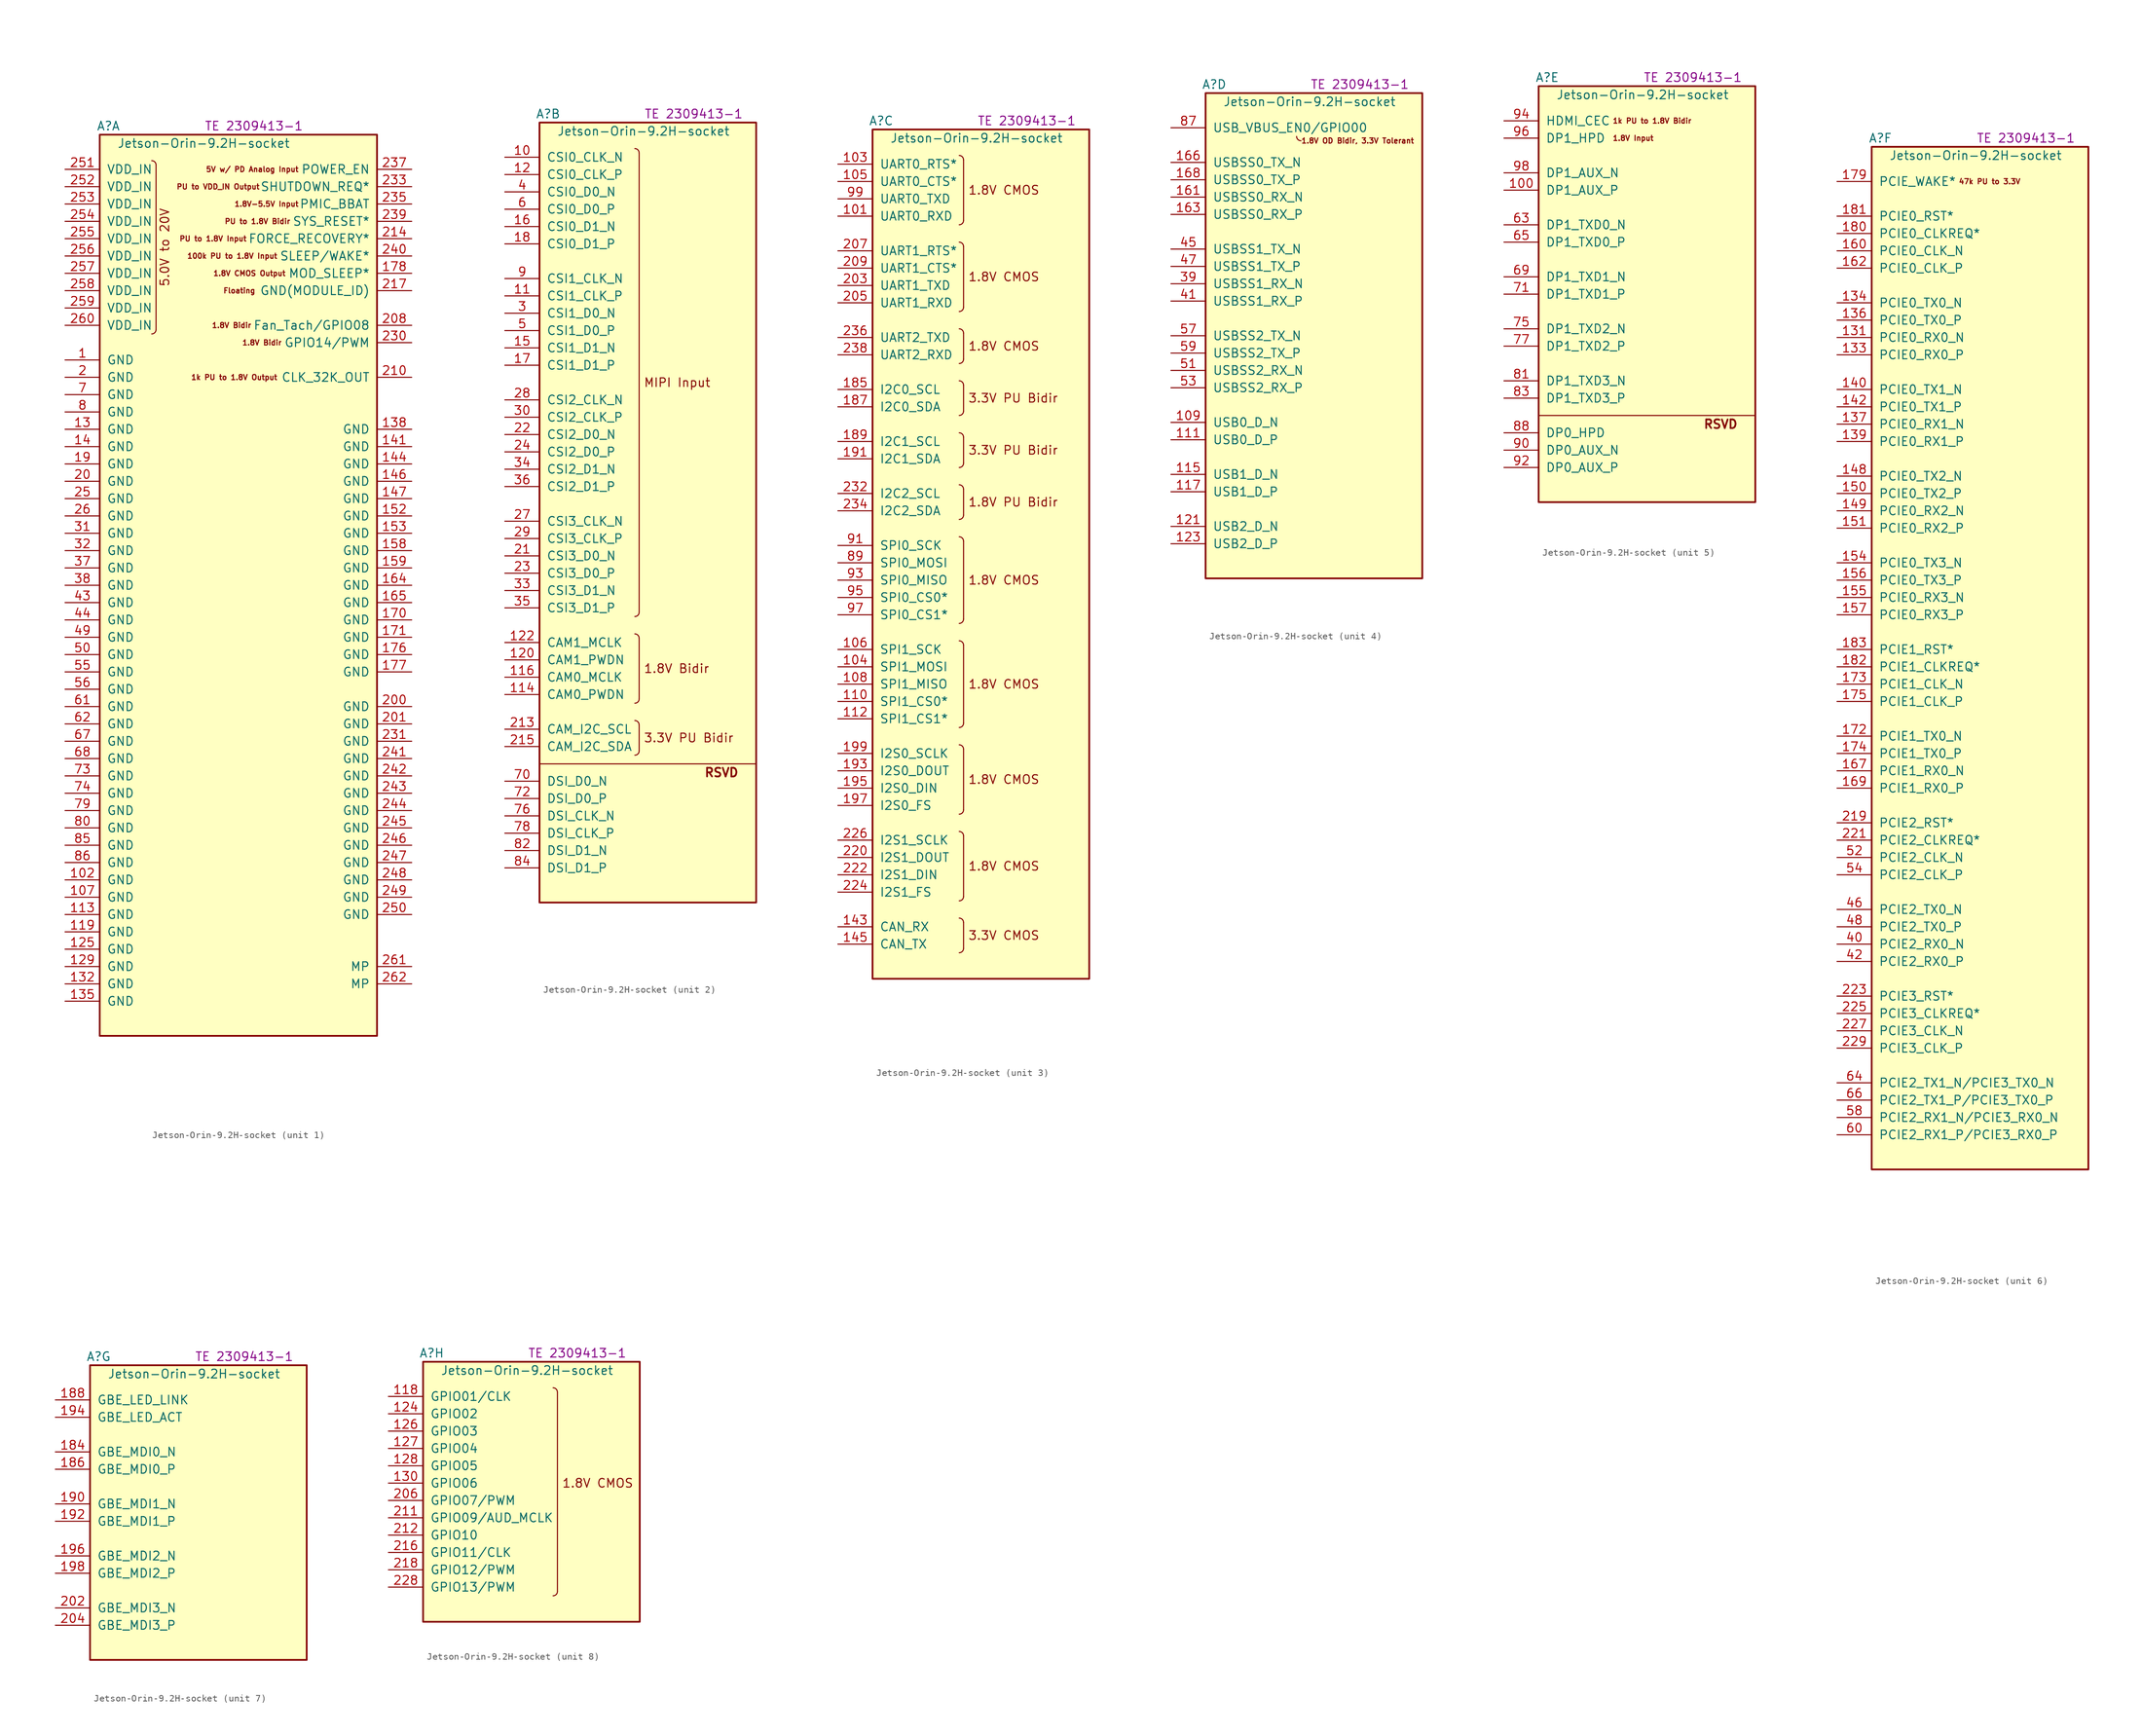
<source format=kicad_sym>
(kicad_symbol_lib
  (version 20220914)
  (generator kicad_symbol_editor)
  (symbol "Jetson-Orin-9.2H-socket"
    (pin_names
      (offset 1.016))
    (property "Reference" "A"
      (at 1.27 1.27 0)
      (effects (font (size 1.27 1.27))))
    (property "Value" "Jetson-Orin-9.2H-socket"
      (at 15.24 -1.27 0)
      (effects (font (size 1.27 1.27))))
    (property "Manufacturer" "TE"
      (at 16.51 1.27 0)
      (effects (font (size 1.27 1.27))))
    (property "MPN" "2309413-1"
      (at 24.13 1.27 0)
      (effects (font (size 1.27 1.27))))
    (property "ki_locked" ""
      (at 0 0 0)
      (effects (font (size 1.27 1.27))))
    (symbol "Jetson-Orin-9.2H-socket_1_1"
      (rectangle (start 0 -132.08) (end 40.64 0) (stroke (width 0.254) (type default)) (fill (type background)))
      (polyline (pts (xy 8.255 -4.445) (xy 8.255 -28.575)) (stroke (width 0) (type default)) (fill (type none)))
      (arc (start 7.62 -29.21) (mid 8.069 -29.024) (end 8.255 -28.575) (stroke (width 0) (type default)) (fill (type none)))
      (arc (start 8.255 -4.445) (mid 8.069 -3.996) (end 7.62 -3.81) (stroke (width 0) (type default)) (fill (type none)))
      (text "1.8V Bidir " (at 22.86 -27.94 0) (effects (font (size 0.762 0.762)) (justify right)))
      (text "1.8V Bidir " (at 27.305 -30.48 0) (effects (font (size 0.762 0.762)) (justify right)))
      (text "1.8V CMOS Output" (at 27.305 -20.32 0) (effects (font (size 0.762 0.762)) (justify right)))
      (text "1.8V-5.5V Input" (at 29.21 -10.16 0) (effects (font (size 0.762 0.762)) (justify right)))
      (text "100k PU to 1.8V Input " (at 26.67 -17.78 0) (effects (font (size 0.762 0.762)) (justify right)))
      (text "1k PU to 1.8V Output " (at 26.67 -35.56 0) (effects (font (size 0.762 0.762)) (justify right)))
      (text "5.0V to 20V" (at 9.525 -16.51 900) (effects (font (size 1.27 1.27))))
      (text "5V w/ PD Analog Input" (at 29.21 -5.08 0) (effects (font (size 0.762 0.762)) (justify right)))
      (text "Floating" (at 22.86 -22.86 0) (effects (font (size 0.762 0.762)) (justify right)))
      (text "PU to 1.8V Bidir " (at 28.575 -12.7 0) (effects (font (size 0.762 0.762)) (justify right)))
      (text "PU to 1.8V Input" (at 21.59 -15.24 0) (effects (font (size 0.762 0.762)) (justify right)))
      (text "PU to VDD_IN Output" (at 23.495 -7.62 0) (effects (font (size 0.762 0.762)) (justify right)))
      (pin passive line (at -5.08 -33.02 0) (length 5.08) (name "GND" (effects (font (size 1.27 1.27)))) (number "1" (effects (font (size 1.27 1.27)))))
      (pin passive line (at -5.08 -109.22 0) (length 5.08) (name "GND" (effects (font (size 1.27 1.27)))) (number "102" (effects (font (size 1.27 1.27)))))
      (pin passive line (at -5.08 -111.76 0) (length 5.08) (name "GND" (effects (font (size 1.27 1.27)))) (number "107" (effects (font (size 1.27 1.27)))))
      (pin passive line (at -5.08 -114.3 0) (length 5.08) (name "GND" (effects (font (size 1.27 1.27)))) (number "113" (effects (font (size 1.27 1.27)))))
      (pin passive line (at -5.08 -116.84 0) (length 5.08) (name "GND" (effects (font (size 1.27 1.27)))) (number "119" (effects (font (size 1.27 1.27)))))
      (pin passive line (at -5.08 -119.38 0) (length 5.08) (name "GND" (effects (font (size 1.27 1.27)))) (number "125" (effects (font (size 1.27 1.27)))))
      (pin passive line (at -5.08 -121.92 0) (length 5.08) (name "GND" (effects (font (size 1.27 1.27)))) (number "129" (effects (font (size 1.27 1.27)))))
      (pin passive line (at -5.08 -43.18 0) (length 5.08) (name "GND" (effects (font (size 1.27 1.27)))) (number "13" (effects (font (size 1.27 1.27)))))
      (pin passive line (at -5.08 -124.46 0) (length 5.08) (name "GND" (effects (font (size 1.27 1.27)))) (number "132" (effects (font (size 1.27 1.27)))))
      (pin passive line (at -5.08 -127 0) (length 5.08) (name "GND" (effects (font (size 1.27 1.27)))) (number "135" (effects (font (size 1.27 1.27)))))
      (pin passive line (at 45.72 -43.18 180) (length 5.08) (name "GND" (effects (font (size 1.27 1.27)))) (number "138" (effects (font (size 1.27 1.27)))))
      (pin passive line (at -5.08 -45.72 0) (length 5.08) (name "GND" (effects (font (size 1.27 1.27)))) (number "14" (effects (font (size 1.27 1.27)))))
      (pin passive line (at 45.72 -45.72 180) (length 5.08) (name "GND" (effects (font (size 1.27 1.27)))) (number "141" (effects (font (size 1.27 1.27)))))
      (pin passive line (at 45.72 -48.26 180) (length 5.08) (name "GND" (effects (font (size 1.27 1.27)))) (number "144" (effects (font (size 1.27 1.27)))))
      (pin passive line (at 45.72 -50.8 180) (length 5.08) (name "GND" (effects (font (size 1.27 1.27)))) (number "146" (effects (font (size 1.27 1.27)))))
      (pin passive line (at 45.72 -53.34 180) (length 5.08) (name "GND" (effects (font (size 1.27 1.27)))) (number "147" (effects (font (size 1.27 1.27)))))
      (pin passive line (at 45.72 -55.88 180) (length 5.08) (name "GND" (effects (font (size 1.27 1.27)))) (number "152" (effects (font (size 1.27 1.27)))))
      (pin passive line (at 45.72 -58.42 180) (length 5.08) (name "GND" (effects (font (size 1.27 1.27)))) (number "153" (effects (font (size 1.27 1.27)))))
      (pin passive line (at 45.72 -60.96 180) (length 5.08) (name "GND" (effects (font (size 1.27 1.27)))) (number "158" (effects (font (size 1.27 1.27)))))
      (pin passive line (at 45.72 -63.5 180) (length 5.08) (name "GND" (effects (font (size 1.27 1.27)))) (number "159" (effects (font (size 1.27 1.27)))))
      (pin passive line (at 45.72 -66.04 180) (length 5.08) (name "GND" (effects (font (size 1.27 1.27)))) (number "164" (effects (font (size 1.27 1.27)))))
      (pin passive line (at 45.72 -68.58 180) (length 5.08) (name "GND" (effects (font (size 1.27 1.27)))) (number "165" (effects (font (size 1.27 1.27)))))
      (pin passive line (at 45.72 -71.12 180) (length 5.08) (name "GND" (effects (font (size 1.27 1.27)))) (number "170" (effects (font (size 1.27 1.27)))))
      (pin passive line (at 45.72 -73.66 180) (length 5.08) (name "GND" (effects (font (size 1.27 1.27)))) (number "171" (effects (font (size 1.27 1.27)))))
      (pin passive line (at 45.72 -76.2 180) (length 5.08) (name "GND" (effects (font (size 1.27 1.27)))) (number "176" (effects (font (size 1.27 1.27)))))
      (pin passive line (at 45.72 -78.74 180) (length 5.08) (name "GND" (effects (font (size 1.27 1.27)))) (number "177" (effects (font (size 1.27 1.27)))))
      (pin passive line (at 45.72 -20.32 180) (length 5.08) (name "MOD_SLEEP*" (effects (font (size 1.27 1.27)))) (number "178" (effects (font (size 1.27 1.27)))))
      (pin passive line (at -5.08 -48.26 0) (length 5.08) (name "GND" (effects (font (size 1.27 1.27)))) (number "19" (effects (font (size 1.27 1.27)))))
      (pin passive line (at -5.08 -35.56 0) (length 5.08) (name "GND" (effects (font (size 1.27 1.27)))) (number "2" (effects (font (size 1.27 1.27)))))
      (pin passive line (at -5.08 -50.8 0) (length 5.08) (name "GND" (effects (font (size 1.27 1.27)))) (number "20" (effects (font (size 1.27 1.27)))))
      (pin passive line (at 45.72 -83.82 180) (length 5.08) (name "GND" (effects (font (size 1.27 1.27)))) (number "200" (effects (font (size 1.27 1.27)))))
      (pin passive line (at 45.72 -86.36 180) (length 5.08) (name "GND" (effects (font (size 1.27 1.27)))) (number "201" (effects (font (size 1.27 1.27)))))
      (pin passive line (at 45.72 -27.94 180) (length 5.08) (name "Fan_Tach/GPIO08" (effects (font (size 1.27 1.27)))) (number "208" (effects (font (size 1.27 1.27)))) (alternate "GPIO08" passive line) (alternate "GPIO08(Fan_Tach)" passive line))
      (pin passive line (at 45.72 -35.56 180) (length 5.08) (name "CLK_32K_OUT" (effects (font (size 1.27 1.27)))) (number "210" (effects (font (size 1.27 1.27)))))
      (pin passive line (at 45.72 -15.24 180) (length 5.08) (name "FORCE_RECOVERY*" (effects (font (size 1.27 1.27)))) (number "214" (effects (font (size 1.27 1.27)))))
      (pin passive line (at 45.72 -22.86 180) (length 5.08) (name "GND(MODULE_ID)" (effects (font (size 1.27 1.27)))) (number "217" (effects (font (size 1.27 1.27)))))
      (pin passive line (at 45.72 -30.48 180) (length 5.08) (name "GPIO14/PWM" (effects (font (size 1.27 1.27)))) (number "230" (effects (font (size 1.27 1.27)))) (alternate "GPIO14" passive line) (alternate "GPIO14(PWM)" passive line))
      (pin passive line (at 45.72 -88.9 180) (length 5.08) (name "GND" (effects (font (size 1.27 1.27)))) (number "231" (effects (font (size 1.27 1.27)))))
      (pin passive line (at 45.72 -7.62 180) (length 5.08) (name "SHUTDOWN_REQ*" (effects (font (size 1.27 1.27)))) (number "233" (effects (font (size 1.27 1.27)))))
      (pin passive line (at 45.72 -10.16 180) (length 5.08) (name "PMIC_BBAT" (effects (font (size 1.27 1.27)))) (number "235" (effects (font (size 1.27 1.27)))))
      (pin passive line (at 45.72 -5.08 180) (length 5.08) (name "POWER_EN" (effects (font (size 1.27 1.27)))) (number "237" (effects (font (size 1.27 1.27)))))
      (pin passive line (at 45.72 -12.7 180) (length 5.08) (name "SYS_RESET*" (effects (font (size 1.27 1.27)))) (number "239" (effects (font (size 1.27 1.27)))))
      (pin passive line (at 45.72 -17.78 180) (length 5.08) (name "SLEEP/WAKE*" (effects (font (size 1.27 1.27)))) (number "240" (effects (font (size 1.27 1.27)))))
      (pin passive line (at 45.72 -91.44 180) (length 5.08) (name "GND" (effects (font (size 1.27 1.27)))) (number "241" (effects (font (size 1.27 1.27)))))
      (pin passive line (at 45.72 -93.98 180) (length 5.08) (name "GND" (effects (font (size 1.27 1.27)))) (number "242" (effects (font (size 1.27 1.27)))))
      (pin passive line (at 45.72 -96.52 180) (length 5.08) (name "GND" (effects (font (size 1.27 1.27)))) (number "243" (effects (font (size 1.27 1.27)))))
      (pin passive line (at 45.72 -99.06 180) (length 5.08) (name "GND" (effects (font (size 1.27 1.27)))) (number "244" (effects (font (size 1.27 1.27)))))
      (pin passive line (at 45.72 -101.6 180) (length 5.08) (name "GND" (effects (font (size 1.27 1.27)))) (number "245" (effects (font (size 1.27 1.27)))))
      (pin passive line (at 45.72 -104.14 180) (length 5.08) (name "GND" (effects (font (size 1.27 1.27)))) (number "246" (effects (font (size 1.27 1.27)))))
      (pin passive line (at 45.72 -106.68 180) (length 5.08) (name "GND" (effects (font (size 1.27 1.27)))) (number "247" (effects (font (size 1.27 1.27)))))
      (pin passive line (at 45.72 -109.22 180) (length 5.08) (name "GND" (effects (font (size 1.27 1.27)))) (number "248" (effects (font (size 1.27 1.27)))))
      (pin passive line (at 45.72 -111.76 180) (length 5.08) (name "GND" (effects (font (size 1.27 1.27)))) (number "249" (effects (font (size 1.27 1.27)))))
      (pin passive line (at -5.08 -53.34 0) (length 5.08) (name "GND" (effects (font (size 1.27 1.27)))) (number "25" (effects (font (size 1.27 1.27)))))
      (pin passive line (at 45.72 -114.3 180) (length 5.08) (name "GND" (effects (font (size 1.27 1.27)))) (number "250" (effects (font (size 1.27 1.27)))))
      (pin passive line (at -5.08 -5.08 0) (length 5.08) (name "VDD_IN" (effects (font (size 1.27 1.27)))) (number "251" (effects (font (size 1.27 1.27)))))
      (pin passive line (at -5.08 -7.62 0) (length 5.08) (name "VDD_IN" (effects (font (size 1.27 1.27)))) (number "252" (effects (font (size 1.27 1.27)))))
      (pin passive line (at -5.08 -10.16 0) (length 5.08) (name "VDD_IN" (effects (font (size 1.27 1.27)))) (number "253" (effects (font (size 1.27 1.27)))))
      (pin passive line (at -5.08 -12.7 0) (length 5.08) (name "VDD_IN" (effects (font (size 1.27 1.27)))) (number "254" (effects (font (size 1.27 1.27)))))
      (pin passive line (at -5.08 -15.24 0) (length 5.08) (name "VDD_IN" (effects (font (size 1.27 1.27)))) (number "255" (effects (font (size 1.27 1.27)))))
      (pin passive line (at -5.08 -17.78 0) (length 5.08) (name "VDD_IN" (effects (font (size 1.27 1.27)))) (number "256" (effects (font (size 1.27 1.27)))))
      (pin passive line (at -5.08 -20.32 0) (length 5.08) (name "VDD_IN" (effects (font (size 1.27 1.27)))) (number "257" (effects (font (size 1.27 1.27)))))
      (pin passive line (at -5.08 -22.86 0) (length 5.08) (name "VDD_IN" (effects (font (size 1.27 1.27)))) (number "258" (effects (font (size 1.27 1.27)))))
      (pin passive line (at -5.08 -25.4 0) (length 5.08) (name "VDD_IN" (effects (font (size 1.27 1.27)))) (number "259" (effects (font (size 1.27 1.27)))))
      (pin passive line (at -5.08 -55.88 0) (length 5.08) (name "GND" (effects (font (size 1.27 1.27)))) (number "26" (effects (font (size 1.27 1.27)))))
      (pin passive line (at -5.08 -27.94 0) (length 5.08) (name "VDD_IN" (effects (font (size 1.27 1.27)))) (number "260" (effects (font (size 1.27 1.27)))))
      (pin passive line (at 45.72 -121.92 180) (length 5.08) (name "MP" (effects (font (size 1.27 1.27)))) (number "261" (effects (font (size 1.27 1.27)))))
      (pin passive line (at 45.72 -124.46 180) (length 5.08) (name "MP" (effects (font (size 1.27 1.27)))) (number "262" (effects (font (size 1.27 1.27)))))
      (pin passive line (at -5.08 -58.42 0) (length 5.08) (name "GND" (effects (font (size 1.27 1.27)))) (number "31" (effects (font (size 1.27 1.27)))))
      (pin passive line (at -5.08 -60.96 0) (length 5.08) (name "GND" (effects (font (size 1.27 1.27)))) (number "32" (effects (font (size 1.27 1.27)))))
      (pin passive line (at -5.08 -63.5 0) (length 5.08) (name "GND" (effects (font (size 1.27 1.27)))) (number "37" (effects (font (size 1.27 1.27)))))
      (pin passive line (at -5.08 -66.04 0) (length 5.08) (name "GND" (effects (font (size 1.27 1.27)))) (number "38" (effects (font (size 1.27 1.27)))))
      (pin passive line (at -5.08 -68.58 0) (length 5.08) (name "GND" (effects (font (size 1.27 1.27)))) (number "43" (effects (font (size 1.27 1.27)))))
      (pin passive line (at -5.08 -71.12 0) (length 5.08) (name "GND" (effects (font (size 1.27 1.27)))) (number "44" (effects (font (size 1.27 1.27)))))
      (pin passive line (at -5.08 -73.66 0) (length 5.08) (name "GND" (effects (font (size 1.27 1.27)))) (number "49" (effects (font (size 1.27 1.27)))))
      (pin passive line (at -5.08 -76.2 0) (length 5.08) (name "GND" (effects (font (size 1.27 1.27)))) (number "50" (effects (font (size 1.27 1.27)))))
      (pin passive line (at -5.08 -78.74 0) (length 5.08) (name "GND" (effects (font (size 1.27 1.27)))) (number "55" (effects (font (size 1.27 1.27)))))
      (pin passive line (at -5.08 -81.28 0) (length 5.08) (name "GND" (effects (font (size 1.27 1.27)))) (number "56" (effects (font (size 1.27 1.27)))))
      (pin passive line (at -5.08 -83.82 0) (length 5.08) (name "GND" (effects (font (size 1.27 1.27)))) (number "61" (effects (font (size 1.27 1.27)))))
      (pin passive line (at -5.08 -86.36 0) (length 5.08) (name "GND" (effects (font (size 1.27 1.27)))) (number "62" (effects (font (size 1.27 1.27)))))
      (pin passive line (at -5.08 -88.9 0) (length 5.08) (name "GND" (effects (font (size 1.27 1.27)))) (number "67" (effects (font (size 1.27 1.27)))))
      (pin passive line (at -5.08 -91.44 0) (length 5.08) (name "GND" (effects (font (size 1.27 1.27)))) (number "68" (effects (font (size 1.27 1.27)))))
      (pin passive line (at -5.08 -38.1 0) (length 5.08) (name "GND" (effects (font (size 1.27 1.27)))) (number "7" (effects (font (size 1.27 1.27)))))
      (pin passive line (at -5.08 -93.98 0) (length 5.08) (name "GND" (effects (font (size 1.27 1.27)))) (number "73" (effects (font (size 1.27 1.27)))))
      (pin passive line (at -5.08 -96.52 0) (length 5.08) (name "GND" (effects (font (size 1.27 1.27)))) (number "74" (effects (font (size 1.27 1.27)))))
      (pin passive line (at -5.08 -99.06 0) (length 5.08) (name "GND" (effects (font (size 1.27 1.27)))) (number "79" (effects (font (size 1.27 1.27)))))
      (pin passive line (at -5.08 -40.64 0) (length 5.08) (name "GND" (effects (font (size 1.27 1.27)))) (number "8" (effects (font (size 1.27 1.27)))))
      (pin passive line (at -5.08 -101.6 0) (length 5.08) (name "GND" (effects (font (size 1.27 1.27)))) (number "80" (effects (font (size 1.27 1.27)))))
      (pin passive line (at -5.08 -104.14 0) (length 5.08) (name "GND" (effects (font (size 1.27 1.27)))) (number "85" (effects (font (size 1.27 1.27)))))
      (pin passive line (at -5.08 -106.68 0) (length 5.08) (name "GND" (effects (font (size 1.27 1.27)))) (number "86" (effects (font (size 1.27 1.27))))))
    (symbol "Jetson-Orin-9.2H-socket_2_1"
      (polyline (pts (xy 0 -93.98) (xy 31.75 -93.98)) (stroke (width 0) (type default)) (fill (type none)))
      (polyline (pts (xy 14.605 -88.265) (xy 14.605 -92.075)) (stroke (width 0) (type default)) (fill (type none)))
      (polyline (pts (xy 14.605 -75.565) (xy 14.605 -84.455)) (stroke (width 0) (type default)) (fill (type none)))
      (polyline (pts (xy 14.605 -4.445) (xy 14.605 -71.755)) (stroke (width 0) (type default)) (fill (type none)))
      (rectangle (start 0 0) (end 31.75 -114.3) (stroke (width 0.254) (type default)) (fill (type background)))
      (arc (start 13.97 -92.71) (mid 14.4198 -92.5248) (end 14.605 -92.075) (stroke (width 0) (type default)) (fill (type none)))
      (arc (start 13.97 -85.09) (mid 14.4198 -84.9048) (end 14.605 -84.455) (stroke (width 0) (type default)) (fill (type none)))
      (arc (start 13.97 -72.39) (mid 14.4198 -72.2048) (end 14.605 -71.755) (stroke (width 0) (type default)) (fill (type none)))
      (arc (start 14.605 -88.265) (mid 14.419 -87.816) (end 13.97 -87.63) (stroke (width 0) (type default)) (fill (type none)))
      (arc (start 14.605 -75.565) (mid 14.419 -75.116) (end 13.97 -74.93) (stroke (width 0) (type default)) (fill (type none)))
      (arc (start 14.605 -4.445) (mid 14.419 -3.996) (end 13.97 -3.81) (stroke (width 0) (type default)) (fill (type none)))
      (text "1.8V Bidir" (at 15.24 -80.01 0) (effects (font (size 1.27 1.27)) (justify left)))
      (text "3.3V PU Bidir" (at 15.24 -90.17 0) (effects (font (size 1.27 1.27)) (justify left)))
      (text "MIPI Input" (at 15.24 -38.1 0) (effects (font (size 1.27 1.27)) (justify left)))
      (text "RSVD" (at 26.67 -95.25 0) (effects (font (size 1.27 1.27) bold)))
      (pin passive line (at -5.08 -5.08 0) (length 5.08) (name "CSI0_CLK_N" (effects (font (size 1.27 1.27)))) (number "10" (effects (font (size 1.27 1.27)))))
      (pin passive line (at -5.08 -25.4 0) (length 5.08) (name "CSI1_CLK_P" (effects (font (size 1.27 1.27)))) (number "11" (effects (font (size 1.27 1.27)))))
      (pin passive line (at -5.08 -83.82 0) (length 5.08) (name "CAM0_PWDN" (effects (font (size 1.27 1.27)))) (number "114" (effects (font (size 1.27 1.27)))))
      (pin passive line (at -5.08 -81.28 0) (length 5.08) (name "CAM0_MCLK" (effects (font (size 1.27 1.27)))) (number "116" (effects (font (size 1.27 1.27)))))
      (pin passive line (at -5.08 -7.62 0) (length 5.08) (name "CSI0_CLK_P" (effects (font (size 1.27 1.27)))) (number "12" (effects (font (size 1.27 1.27)))))
      (pin passive line (at -5.08 -78.74 0) (length 5.08) (name "CAM1_PWDN" (effects (font (size 1.27 1.27)))) (number "120" (effects (font (size 1.27 1.27)))))
      (pin passive line (at -5.08 -76.2 0) (length 5.08) (name "CAM1_MCLK" (effects (font (size 1.27 1.27)))) (number "122" (effects (font (size 1.27 1.27)))))
      (pin passive line (at -5.08 -33.02 0) (length 5.08) (name "CSI1_D1_N" (effects (font (size 1.27 1.27)))) (number "15" (effects (font (size 1.27 1.27)))))
      (pin passive line (at -5.08 -15.24 0) (length 5.08) (name "CSI0_D1_N" (effects (font (size 1.27 1.27)))) (number "16" (effects (font (size 1.27 1.27)))))
      (pin passive line (at -5.08 -35.56 0) (length 5.08) (name "CSI1_D1_P" (effects (font (size 1.27 1.27)))) (number "17" (effects (font (size 1.27 1.27)))))
      (pin passive line (at -5.08 -17.78 0) (length 5.08) (name "CSI0_D1_P" (effects (font (size 1.27 1.27)))) (number "18" (effects (font (size 1.27 1.27)))))
      (pin passive line (at -5.08 -63.5 0) (length 5.08) (name "CSI3_D0_N" (effects (font (size 1.27 1.27)))) (number "21" (effects (font (size 1.27 1.27)))))
      (pin passive line (at -5.08 -88.9 0) (length 5.08) (name "CAM_I2C_SCL" (effects (font (size 1.27 1.27)))) (number "213" (effects (font (size 1.27 1.27)))))
      (pin passive line (at -5.08 -91.44 0) (length 5.08) (name "CAM_I2C_SDA" (effects (font (size 1.27 1.27)))) (number "215" (effects (font (size 1.27 1.27)))))
      (pin passive line (at -5.08 -45.72 0) (length 5.08) (name "CSI2_D0_N" (effects (font (size 1.27 1.27)))) (number "22" (effects (font (size 1.27 1.27)))))
      (pin passive line (at -5.08 -66.04 0) (length 5.08) (name "CSI3_D0_P" (effects (font (size 1.27 1.27)))) (number "23" (effects (font (size 1.27 1.27)))))
      (pin passive line (at -5.08 -48.26 0) (length 5.08) (name "CSI2_D0_P" (effects (font (size 1.27 1.27)))) (number "24" (effects (font (size 1.27 1.27)))))
      (pin passive line (at -5.08 -58.42 0) (length 5.08) (name "CSI3_CLK_N" (effects (font (size 1.27 1.27)))) (number "27" (effects (font (size 1.27 1.27)))))
      (pin passive line (at -5.08 -40.64 0) (length 5.08) (name "CSI2_CLK_N" (effects (font (size 1.27 1.27)))) (number "28" (effects (font (size 1.27 1.27)))))
      (pin passive line (at -5.08 -60.96 0) (length 5.08) (name "CSI3_CLK_P" (effects (font (size 1.27 1.27)))) (number "29" (effects (font (size 1.27 1.27)))))
      (pin passive line (at -5.08 -27.94 0) (length 5.08) (name "CSI1_D0_N" (effects (font (size 1.27 1.27)))) (number "3" (effects (font (size 1.27 1.27)))))
      (pin passive line (at -5.08 -43.18 0) (length 5.08) (name "CSI2_CLK_P" (effects (font (size 1.27 1.27)))) (number "30" (effects (font (size 1.27 1.27)))))
      (pin passive line (at -5.08 -68.58 0) (length 5.08) (name "CSI3_D1_N" (effects (font (size 1.27 1.27)))) (number "33" (effects (font (size 1.27 1.27)))))
      (pin passive line (at -5.08 -50.8 0) (length 5.08) (name "CSI2_D1_N" (effects (font (size 1.27 1.27)))) (number "34" (effects (font (size 1.27 1.27)))))
      (pin passive line (at -5.08 -71.12 0) (length 5.08) (name "CSI3_D1_P" (effects (font (size 1.27 1.27)))) (number "35" (effects (font (size 1.27 1.27)))))
      (pin passive line (at -5.08 -53.34 0) (length 5.08) (name "CSI2_D1_P" (effects (font (size 1.27 1.27)))) (number "36" (effects (font (size 1.27 1.27)))))
      (pin passive line (at -5.08 -10.16 0) (length 5.08) (name "CSI0_D0_N" (effects (font (size 1.27 1.27)))) (number "4" (effects (font (size 1.27 1.27)))))
      (pin passive line (at -5.08 -30.48 0) (length 5.08) (name "CSI1_D0_P" (effects (font (size 1.27 1.27)))) (number "5" (effects (font (size 1.27 1.27)))))
      (pin passive line (at -5.08 -12.7 0) (length 5.08) (name "CSI0_D0_P" (effects (font (size 1.27 1.27)))) (number "6" (effects (font (size 1.27 1.27)))))
      (pin passive line (at -5.08 -96.52 0) (length 5.08) (name "DSI_D0_N" (effects (font (size 1.27 1.27)))) (number "70" (effects (font (size 1.27 1.27)))))
      (pin passive line (at -5.08 -99.06 0) (length 5.08) (name "DSI_D0_P" (effects (font (size 1.27 1.27)))) (number "72" (effects (font (size 1.27 1.27)))))
      (pin passive line (at -5.08 -101.6 0) (length 5.08) (name "DSI_CLK_N" (effects (font (size 1.27 1.27)))) (number "76" (effects (font (size 1.27 1.27)))))
      (pin passive line (at -5.08 -104.14 0) (length 5.08) (name "DSI_CLK_P" (effects (font (size 1.27 1.27)))) (number "78" (effects (font (size 1.27 1.27)))))
      (pin passive line (at -5.08 -106.68 0) (length 5.08) (name "DSI_D1_N" (effects (font (size 1.27 1.27)))) (number "82" (effects (font (size 1.27 1.27)))))
      (pin passive line (at -5.08 -109.22 0) (length 5.08) (name "DSI_D1_P" (effects (font (size 1.27 1.27)))) (number "84" (effects (font (size 1.27 1.27)))))
      (pin passive line (at -5.08 -22.86 0) (length 5.08) (name "CSI1_CLK_N" (effects (font (size 1.27 1.27)))) (number "9" (effects (font (size 1.27 1.27))))))
    (symbol "Jetson-Orin-9.2H-socket_3_1"
      (polyline (pts (xy 13.335 -116.2) (xy 13.335 -120.01)) (stroke (width 0) (type default)) (fill (type none)))
      (polyline (pts (xy 13.335 -103.505) (xy 13.335 -112.395)) (stroke (width 0) (type default)) (fill (type none)))
      (polyline (pts (xy 13.335 -90.805) (xy 13.335 -99.695)) (stroke (width 0) (type default)) (fill (type none)))
      (polyline (pts (xy 13.335 -75.565) (xy 13.335 -87)) (stroke (width 0) (type default)) (fill (type none)))
      (polyline (pts (xy 13.335 -60.32) (xy 13.335 -71.755)) (stroke (width 0) (type default)) (fill (type none)))
      (polyline (pts (xy 13.335 -52.7) (xy 13.335 -56.51)) (stroke (width 0) (type default)) (fill (type none)))
      (polyline (pts (xy 13.335 -45.085) (xy 13.335 -48.895)) (stroke (width 0) (type default)) (fill (type none)))
      (polyline (pts (xy 13.335 -37.46) (xy 13.335 -41.27)) (stroke (width 0) (type default)) (fill (type none)))
      (polyline (pts (xy 13.335 -29.845) (xy 13.335 -33.655)) (stroke (width 0) (type default)) (fill (type none)))
      (polyline (pts (xy 13.335 -17.145) (xy 13.335 -26.035)) (stroke (width 0) (type default)) (fill (type none)))
      (polyline (pts (xy 13.335 -4.44) (xy 13.335 -13.33)) (stroke (width 0) (type default)) (fill (type none)))
      (rectangle (start 0 0) (end 31.75 -124.46) (stroke (width 0.254) (type default)) (fill (type background)))
      (arc (start 12.7 -120.645) (mid 13.149 -120.459) (end 13.335 -120.01) (stroke (width 0) (type default)) (fill (type none)))
      (arc (start 12.7 -113.03) (mid 13.1498 -112.8448) (end 13.335 -112.395) (stroke (width 0) (type default)) (fill (type none)))
      (arc (start 12.7 -100.33) (mid 13.1498 -100.1448) (end 13.335 -99.695) (stroke (width 0) (type default)) (fill (type none)))
      (arc (start 12.7 -87.63) (mid 13.1498 -87.4448) (end 13.335 -86.995) (stroke (width 0) (type default)) (fill (type none)))
      (arc (start 12.7 -72.385) (mid 13.149 -72.199) (end 13.335 -71.75) (stroke (width 0) (type default)) (fill (type none)))
      (arc (start 12.7 -57.145) (mid 13.149 -56.959) (end 13.335 -56.51) (stroke (width 0) (type default)) (fill (type none)))
      (arc (start 12.7 -49.53) (mid 13.1498 -49.3448) (end 13.335 -48.895) (stroke (width 0) (type default)) (fill (type none)))
      (arc (start 12.7 -41.905) (mid 13.149 -41.719) (end 13.335 -41.27) (stroke (width 0) (type default)) (fill (type none)))
      (arc (start 12.7 -34.29) (mid 13.1498 -34.1048) (end 13.335 -33.655) (stroke (width 0) (type default)) (fill (type none)))
      (arc (start 12.7 -26.67) (mid 13.1498 -26.4848) (end 13.335 -26.035) (stroke (width 0) (type default)) (fill (type none)))
      (arc (start 12.7 -13.965) (mid 13.149 -13.779) (end 13.335 -13.33) (stroke (width 0) (type default)) (fill (type none)))
      (arc (start 13.335 -116.2) (mid 13.149 -115.751) (end 12.7 -115.565) (stroke (width 0) (type default)) (fill (type none)))
      (arc (start 13.335 -103.505) (mid 13.149 -103.056) (end 12.7 -102.87) (stroke (width 0) (type default)) (fill (type none)))
      (arc (start 13.335 -90.805) (mid 13.149 -90.356) (end 12.7 -90.17) (stroke (width 0) (type default)) (fill (type none)))
      (arc (start 13.335 -75.565) (mid 13.149 -75.116) (end 12.7 -74.93) (stroke (width 0) (type default)) (fill (type none)))
      (arc (start 13.335 -60.32) (mid 13.149 -59.871) (end 12.7 -59.685) (stroke (width 0) (type default)) (fill (type none)))
      (arc (start 13.335 -52.7) (mid 13.149 -52.251) (end 12.7 -52.065) (stroke (width 0) (type default)) (fill (type none)))
      (arc (start 13.335 -45.085) (mid 13.149 -44.636) (end 12.7 -44.45) (stroke (width 0) (type default)) (fill (type none)))
      (arc (start 13.335 -37.46) (mid 13.149 -37.011) (end 12.7 -36.825) (stroke (width 0) (type default)) (fill (type none)))
      (arc (start 13.335 -29.845) (mid 13.149 -29.396) (end 12.7 -29.21) (stroke (width 0) (type default)) (fill (type none)))
      (arc (start 13.335 -17.145) (mid 13.149 -16.696) (end 12.7 -16.51) (stroke (width 0) (type default)) (fill (type none)))
      (arc (start 13.335 -4.44) (mid 13.149 -3.991) (end 12.7 -3.805) (stroke (width 0) (type default)) (fill (type none)))
      (text "1.8V CMOS" (at 13.97 -107.95 0) (effects (font (size 1.27 1.27)) (justify left)))
      (text "1.8V CMOS" (at 13.97 -95.25 0) (effects (font (size 1.27 1.27)) (justify left)))
      (text "1.8V CMOS" (at 13.97 -81.285 0) (effects (font (size 1.27 1.27)) (justify left)))
      (text "1.8V CMOS" (at 13.97 -66.04 0) (effects (font (size 1.27 1.27)) (justify left)))
      (text "1.8V CMOS" (at 13.97 -31.75 0) (effects (font (size 1.27 1.27)) (justify left)))
      (text "1.8V CMOS" (at 13.97 -21.59 0) (effects (font (size 1.27 1.27)) (justify left)))
      (text "1.8V CMOS" (at 13.97 -8.885 0) (effects (font (size 1.27 1.27)) (justify left)))
      (text "1.8V PU Bidir" (at 13.97 -54.605 0) (effects (font (size 1.27 1.27)) (justify left)))
      (text "3.3V CMOS" (at 13.97 -118.105 0) (effects (font (size 1.27 1.27)) (justify left)))
      (text "3.3V PU Bidir" (at 13.97 -46.99 0) (effects (font (size 1.27 1.27)) (justify left)))
      (text "3.3V PU Bidir" (at 13.97 -39.365 0) (effects (font (size 1.27 1.27)) (justify left)))
      (pin passive line (at -5.08 -12.7 0) (length 5.08) (name "UART0_RXD" (effects (font (size 1.27 1.27)))) (number "101" (effects (font (size 1.27 1.27)))))
      (pin passive line (at -5.08 -5.08 0) (length 5.08) (name "UART0_RTS*" (effects (font (size 1.27 1.27)))) (number "103" (effects (font (size 1.27 1.27)))))
      (pin passive line (at -5.08 -78.74 0) (length 5.08) (name "SPI1_MOSI" (effects (font (size 1.27 1.27)))) (number "104" (effects (font (size 1.27 1.27)))))
      (pin passive line (at -5.08 -7.62 0) (length 5.08) (name "UART0_CTS*" (effects (font (size 1.27 1.27)))) (number "105" (effects (font (size 1.27 1.27)))))
      (pin passive line (at -5.08 -76.2 0) (length 5.08) (name "SPI1_SCK" (effects (font (size 1.27 1.27)))) (number "106" (effects (font (size 1.27 1.27)))))
      (pin passive line (at -5.08 -81.28 0) (length 5.08) (name "SPI1_MISO" (effects (font (size 1.27 1.27)))) (number "108" (effects (font (size 1.27 1.27)))))
      (pin passive line (at -5.08 -83.82 0) (length 5.08) (name "SPI1_CS0*" (effects (font (size 1.27 1.27)))) (number "110" (effects (font (size 1.27 1.27)))))
      (pin passive line (at -5.08 -86.36 0) (length 5.08) (name "SPI1_CS1*" (effects (font (size 1.27 1.27)))) (number "112" (effects (font (size 1.27 1.27)))))
      (pin passive line (at -5.08 -116.84 0) (length 5.08) (name "CAN_RX" (effects (font (size 1.27 1.27)))) (number "143" (effects (font (size 1.27 1.27)))))
      (pin passive line (at -5.08 -119.38 0) (length 5.08) (name "CAN_TX" (effects (font (size 1.27 1.27)))) (number "145" (effects (font (size 1.27 1.27)))))
      (pin passive line (at -5.08 -38.1 0) (length 5.08) (name "I2C0_SCL" (effects (font (size 1.27 1.27)))) (number "185" (effects (font (size 1.27 1.27)))))
      (pin passive line (at -5.08 -40.64 0) (length 5.08) (name "I2C0_SDA" (effects (font (size 1.27 1.27)))) (number "187" (effects (font (size 1.27 1.27)))))
      (pin passive line (at -5.08 -45.72 0) (length 5.08) (name "I2C1_SCL" (effects (font (size 1.27 1.27)))) (number "189" (effects (font (size 1.27 1.27)))))
      (pin passive line (at -5.08 -48.26 0) (length 5.08) (name "I2C1_SDA" (effects (font (size 1.27 1.27)))) (number "191" (effects (font (size 1.27 1.27)))))
      (pin passive line (at -5.08 -93.98 0) (length 5.08) (name "I2S0_DOUT" (effects (font (size 1.27 1.27)))) (number "193" (effects (font (size 1.27 1.27)))))
      (pin passive line (at -5.08 -96.52 0) (length 5.08) (name "I2S0_DIN" (effects (font (size 1.27 1.27)))) (number "195" (effects (font (size 1.27 1.27)))))
      (pin passive line (at -5.08 -99.06 0) (length 5.08) (name "I2S0_FS" (effects (font (size 1.27 1.27)))) (number "197" (effects (font (size 1.27 1.27)))))
      (pin passive line (at -5.08 -91.44 0) (length 5.08) (name "I2S0_SCLK" (effects (font (size 1.27 1.27)))) (number "199" (effects (font (size 1.27 1.27)))))
      (pin passive line (at -5.08 -22.86 0) (length 5.08) (name "UART1_TXD" (effects (font (size 1.27 1.27)))) (number "203" (effects (font (size 1.27 1.27)))))
      (pin passive line (at -5.08 -25.4 0) (length 5.08) (name "UART1_RXD" (effects (font (size 1.27 1.27)))) (number "205" (effects (font (size 1.27 1.27)))))
      (pin passive line (at -5.08 -17.78 0) (length 5.08) (name "UART1_RTS*" (effects (font (size 1.27 1.27)))) (number "207" (effects (font (size 1.27 1.27)))))
      (pin passive line (at -5.08 -20.32 0) (length 5.08) (name "UART1_CTS*" (effects (font (size 1.27 1.27)))) (number "209" (effects (font (size 1.27 1.27)))))
      (pin passive line (at -5.08 -106.68 0) (length 5.08) (name "I2S1_DOUT" (effects (font (size 1.27 1.27)))) (number "220" (effects (font (size 1.27 1.27)))))
      (pin passive line (at -5.08 -109.22 0) (length 5.08) (name "I2S1_DIN" (effects (font (size 1.27 1.27)))) (number "222" (effects (font (size 1.27 1.27)))))
      (pin passive line (at -5.08 -111.76 0) (length 5.08) (name "I2S1_FS" (effects (font (size 1.27 1.27)))) (number "224" (effects (font (size 1.27 1.27)))))
      (pin passive line (at -5.08 -104.14 0) (length 5.08) (name "I2S1_SCLK" (effects (font (size 1.27 1.27)))) (number "226" (effects (font (size 1.27 1.27)))))
      (pin passive line (at -5.08 -53.34 0) (length 5.08) (name "I2C2_SCL" (effects (font (size 1.27 1.27)))) (number "232" (effects (font (size 1.27 1.27)))))
      (pin passive line (at -5.08 -55.88 0) (length 5.08) (name "I2C2_SDA" (effects (font (size 1.27 1.27)))) (number "234" (effects (font (size 1.27 1.27)))))
      (pin passive line (at -5.08 -30.48 0) (length 5.08) (name "UART2_TXD" (effects (font (size 1.27 1.27)))) (number "236" (effects (font (size 1.27 1.27)))))
      (pin passive line (at -5.08 -33.02 0) (length 5.08) (name "UART2_RXD" (effects (font (size 1.27 1.27)))) (number "238" (effects (font (size 1.27 1.27)))))
      (pin passive line (at -5.08 -63.5 0) (length 5.08) (name "SPI0_MOSI" (effects (font (size 1.27 1.27)))) (number "89" (effects (font (size 1.27 1.27)))))
      (pin passive line (at -5.08 -60.96 0) (length 5.08) (name "SPI0_SCK" (effects (font (size 1.27 1.27)))) (number "91" (effects (font (size 1.27 1.27)))))
      (pin passive line (at -5.08 -66.04 0) (length 5.08) (name "SPI0_MISO" (effects (font (size 1.27 1.27)))) (number "93" (effects (font (size 1.27 1.27)))))
      (pin passive line (at -5.08 -68.58 0) (length 5.08) (name "SPI0_CS0*" (effects (font (size 1.27 1.27)))) (number "95" (effects (font (size 1.27 1.27)))))
      (pin passive line (at -5.08 -71.12 0) (length 5.08) (name "SPI0_CS1*" (effects (font (size 1.27 1.27)))) (number "97" (effects (font (size 1.27 1.27)))))
      (pin passive line (at -5.08 -10.16 0) (length 5.08) (name "UART0_TXD" (effects (font (size 1.27 1.27)))) (number "99" (effects (font (size 1.27 1.27))))))
    (symbol "Jetson-Orin-9.2H-socket_4_1"
      (rectangle (start 0 0) (end 31.75 -71.12) (stroke (width 0.254) (type default)) (fill (type background)))
      (arc (start 13.335 -6.35) (mid 13.521 -6.799) (end 13.97 -6.985) (stroke (width 0) (type default)) (fill (type none)))
      (text "1.8V OD Bidir, 3.3V Tolerant" (at 13.97 -6.985 0) (effects (font (size 0.762 0.762)) (justify left)))
      (pin passive line (at -5.08 -48.26 0) (length 5.08) (name "USB0_D_N" (effects (font (size 1.27 1.27)))) (number "109" (effects (font (size 1.27 1.27)))))
      (pin passive line (at -5.08 -50.8 0) (length 5.08) (name "USB0_D_P" (effects (font (size 1.27 1.27)))) (number "111" (effects (font (size 1.27 1.27)))))
      (pin passive line (at -5.08 -55.88 0) (length 5.08) (name "USB1_D_N" (effects (font (size 1.27 1.27)))) (number "115" (effects (font (size 1.27 1.27)))))
      (pin passive line (at -5.08 -58.42 0) (length 5.08) (name "USB1_D_P" (effects (font (size 1.27 1.27)))) (number "117" (effects (font (size 1.27 1.27)))))
      (pin passive line (at -5.08 -63.5 0) (length 5.08) (name "USB2_D_N" (effects (font (size 1.27 1.27)))) (number "121" (effects (font (size 1.27 1.27)))))
      (pin passive line (at -5.08 -66.04 0) (length 5.08) (name "USB2_D_P" (effects (font (size 1.27 1.27)))) (number "123" (effects (font (size 1.27 1.27)))))
      (pin passive line (at -5.08 -15.24 0) (length 5.08) (name "USBSS0_RX_N" (effects (font (size 1.27 1.27)))) (number "161" (effects (font (size 1.27 1.27)))))
      (pin passive line (at -5.08 -17.78 0) (length 5.08) (name "USBSS0_RX_P" (effects (font (size 1.27 1.27)))) (number "163" (effects (font (size 1.27 1.27)))))
      (pin passive line (at -5.08 -10.16 0) (length 5.08) (name "USBSS0_TX_N" (effects (font (size 1.27 1.27)))) (number "166" (effects (font (size 1.27 1.27)))))
      (pin passive line (at -5.08 -12.7 0) (length 5.08) (name "USBSS0_TX_P" (effects (font (size 1.27 1.27)))) (number "168" (effects (font (size 1.27 1.27)))))
      (pin passive line (at -5.08 -27.94 0) (length 5.08) (name "USBSS1_RX_N" (effects (font (size 1.27 1.27)))) (number "39" (effects (font (size 1.27 1.27)))))
      (pin passive line (at -5.08 -30.48 0) (length 5.08) (name "USBSS1_RX_P" (effects (font (size 1.27 1.27)))) (number "41" (effects (font (size 1.27 1.27)))))
      (pin passive line (at -5.08 -22.86 0) (length 5.08) (name "USBSS1_TX_N" (effects (font (size 1.27 1.27)))) (number "45" (effects (font (size 1.27 1.27)))))
      (pin passive line (at -5.08 -25.4 0) (length 5.08) (name "USBSS1_TX_P" (effects (font (size 1.27 1.27)))) (number "47" (effects (font (size 1.27 1.27)))))
      (pin passive line (at -5.08 -40.64 0) (length 5.08) (name "USBSS2_RX_N" (effects (font (size 1.27 1.27)))) (number "51" (effects (font (size 1.27 1.27)))))
      (pin passive line (at -5.08 -43.18 0) (length 5.08) (name "USBSS2_RX_P" (effects (font (size 1.27 1.27)))) (number "53" (effects (font (size 1.27 1.27)))))
      (pin passive line (at -5.08 -35.56 0) (length 5.08) (name "USBSS2_TX_N" (effects (font (size 1.27 1.27)))) (number "57" (effects (font (size 1.27 1.27)))))
      (pin passive line (at -5.08 -38.1 0) (length 5.08) (name "USBSS2_TX_P" (effects (font (size 1.27 1.27)))) (number "59" (effects (font (size 1.27 1.27)))))
      (pin passive line (at -5.08 -5.08 0) (length 5.08) (name "USB_VBUS_EN0/GPIO00" (effects (font (size 1.27 1.27)))) (number "87" (effects (font (size 1.27 1.27)))) (alternate "GPIO00" passive line) (alternate "GPIO00(USB_VBUS_EN0)" passive line)))
    (symbol "Jetson-Orin-9.2H-socket_5_1"
      (polyline (pts (xy 0 -48.26) (xy 31.75 -48.26)) (stroke (width 0) (type default)) (fill (type none)))
      (rectangle (start 0 0) (end 31.75 -60.96) (stroke (width 0.254) (type default)) (fill (type background)))
      (text "1.8V Input" (at 10.795 -7.62 0) (effects (font (size 0.762 0.762)) (justify left)))
      (text "1k PU to 1.8V Bidir" (at 10.795 -5.08 0) (effects (font (size 0.762 0.762)) (justify left)))
      (text "RSVD" (at 26.67 -49.53 0) (effects (font (size 1.27 1.27) bold)))
      (pin passive line (at -5.08 -15.24 0) (length 5.08) (name "DP1_AUX_P" (effects (font (size 1.27 1.27)))) (number "100" (effects (font (size 1.27 1.27)))))
      (pin passive line (at -5.08 -20.32 0) (length 5.08) (name "DP1_TXD0_N" (effects (font (size 1.27 1.27)))) (number "63" (effects (font (size 1.27 1.27)))))
      (pin passive line (at -5.08 -22.86 0) (length 5.08) (name "DP1_TXD0_P" (effects (font (size 1.27 1.27)))) (number "65" (effects (font (size 1.27 1.27)))))
      (pin passive line (at -5.08 -27.94 0) (length 5.08) (name "DP1_TXD1_N" (effects (font (size 1.27 1.27)))) (number "69" (effects (font (size 1.27 1.27)))))
      (pin passive line (at -5.08 -30.48 0) (length 5.08) (name "DP1_TXD1_P" (effects (font (size 1.27 1.27)))) (number "71" (effects (font (size 1.27 1.27)))))
      (pin passive line (at -5.08 -35.56 0) (length 5.08) (name "DP1_TXD2_N" (effects (font (size 1.27 1.27)))) (number "75" (effects (font (size 1.27 1.27)))))
      (pin passive line (at -5.08 -38.1 0) (length 5.08) (name "DP1_TXD2_P" (effects (font (size 1.27 1.27)))) (number "77" (effects (font (size 1.27 1.27)))))
      (pin passive line (at -5.08 -43.18 0) (length 5.08) (name "DP1_TXD3_N" (effects (font (size 1.27 1.27)))) (number "81" (effects (font (size 1.27 1.27)))))
      (pin passive line (at -5.08 -45.72 0) (length 5.08) (name "DP1_TXD3_P" (effects (font (size 1.27 1.27)))) (number "83" (effects (font (size 1.27 1.27)))))
      (pin passive line (at -5.08 -50.8 0) (length 5.08) (name "DP0_HPD" (effects (font (size 1.27 1.27)))) (number "88" (effects (font (size 1.27 1.27)))))
      (pin passive line (at -5.08 -53.34 0) (length 5.08) (name "DP0_AUX_N" (effects (font (size 1.27 1.27)))) (number "90" (effects (font (size 1.27 1.27)))))
      (pin passive line (at -5.08 -55.88 0) (length 5.08) (name "DP0_AUX_P" (effects (font (size 1.27 1.27)))) (number "92" (effects (font (size 1.27 1.27)))))
      (pin passive line (at -5.08 -5.08 0) (length 5.08) (name "HDMI_CEC" (effects (font (size 1.27 1.27)))) (number "94" (effects (font (size 1.27 1.27)))))
      (pin passive line (at -5.08 -7.62 0) (length 5.08) (name "DP1_HPD" (effects (font (size 1.27 1.27)))) (number "96" (effects (font (size 1.27 1.27)))))
      (pin passive line (at -5.08 -12.7 0) (length 5.08) (name "DP1_AUX_N" (effects (font (size 1.27 1.27)))) (number "98" (effects (font (size 1.27 1.27))))))
    (symbol "Jetson-Orin-9.2H-socket_6_1"
      (rectangle (start 0 0) (end 31.75 -149.86) (stroke (width 0.254) (type default)) (fill (type background)))
      (text "47k PU to 3.3V" (at 12.7 -5.08 0) (effects (font (size 0.762 0.762)) (justify left)))
      (pin passive line (at -5.08 -27.94 0) (length 5.08) (name "PCIE0_RX0_N" (effects (font (size 1.27 1.27)))) (number "131" (effects (font (size 1.27 1.27)))))
      (pin passive line (at -5.08 -30.48 0) (length 5.08) (name "PCIE0_RX0_P" (effects (font (size 1.27 1.27)))) (number "133" (effects (font (size 1.27 1.27)))))
      (pin passive line (at -5.08 -22.86 0) (length 5.08) (name "PCIE0_TX0_N" (effects (font (size 1.27 1.27)))) (number "134" (effects (font (size 1.27 1.27)))))
      (pin passive line (at -5.08 -25.4 0) (length 5.08) (name "PCIE0_TX0_P" (effects (font (size 1.27 1.27)))) (number "136" (effects (font (size 1.27 1.27)))))
      (pin passive line (at -5.08 -40.64 0) (length 5.08) (name "PCIE0_RX1_N" (effects (font (size 1.27 1.27)))) (number "137" (effects (font (size 1.27 1.27)))))
      (pin passive line (at -5.08 -43.18 0) (length 5.08) (name "PCIE0_RX1_P" (effects (font (size 1.27 1.27)))) (number "139" (effects (font (size 1.27 1.27)))))
      (pin passive line (at -5.08 -35.56 0) (length 5.08) (name "PCIE0_TX1_N" (effects (font (size 1.27 1.27)))) (number "140" (effects (font (size 1.27 1.27)))))
      (pin passive line (at -5.08 -38.1 0) (length 5.08) (name "PCIE0_TX1_P" (effects (font (size 1.27 1.27)))) (number "142" (effects (font (size 1.27 1.27)))))
      (pin passive line (at -5.08 -48.26 0) (length 5.08) (name "PCIE0_TX2_N" (effects (font (size 1.27 1.27)))) (number "148" (effects (font (size 1.27 1.27)))))
      (pin passive line (at -5.08 -53.34 0) (length 5.08) (name "PCIE0_RX2_N" (effects (font (size 1.27 1.27)))) (number "149" (effects (font (size 1.27 1.27)))))
      (pin passive line (at -5.08 -50.8 0) (length 5.08) (name "PCIE0_TX2_P" (effects (font (size 1.27 1.27)))) (number "150" (effects (font (size 1.27 1.27)))))
      (pin passive line (at -5.08 -55.88 0) (length 5.08) (name "PCIE0_RX2_P" (effects (font (size 1.27 1.27)))) (number "151" (effects (font (size 1.27 1.27)))))
      (pin passive line (at -5.08 -60.96 0) (length 5.08) (name "PCIE0_TX3_N" (effects (font (size 1.27 1.27)))) (number "154" (effects (font (size 1.27 1.27)))))
      (pin passive line (at -5.08 -66.04 0) (length 5.08) (name "PCIE0_RX3_N" (effects (font (size 1.27 1.27)))) (number "155" (effects (font (size 1.27 1.27)))))
      (pin passive line (at -5.08 -63.5 0) (length 5.08) (name "PCIE0_TX3_P" (effects (font (size 1.27 1.27)))) (number "156" (effects (font (size 1.27 1.27)))))
      (pin passive line (at -5.08 -68.58 0) (length 5.08) (name "PCIE0_RX3_P" (effects (font (size 1.27 1.27)))) (number "157" (effects (font (size 1.27 1.27)))))
      (pin passive line (at -5.08 -15.24 0) (length 5.08) (name "PCIE0_CLK_N" (effects (font (size 1.27 1.27)))) (number "160" (effects (font (size 1.27 1.27)))))
      (pin passive line (at -5.08 -17.78 0) (length 5.08) (name "PCIE0_CLK_P" (effects (font (size 1.27 1.27)))) (number "162" (effects (font (size 1.27 1.27)))))
      (pin passive line (at -5.08 -91.44 0) (length 5.08) (name "PCIE1_RX0_N" (effects (font (size 1.27 1.27)))) (number "167" (effects (font (size 1.27 1.27)))))
      (pin passive line (at -5.08 -93.98 0) (length 5.08) (name "PCIE1_RX0_P" (effects (font (size 1.27 1.27)))) (number "169" (effects (font (size 1.27 1.27)))))
      (pin passive line (at -5.08 -86.36 0) (length 5.08) (name "PCIE1_TX0_N" (effects (font (size 1.27 1.27)))) (number "172" (effects (font (size 1.27 1.27)))))
      (pin passive line (at -5.08 -78.74 0) (length 5.08) (name "PCIE1_CLK_N" (effects (font (size 1.27 1.27)))) (number "173" (effects (font (size 1.27 1.27)))))
      (pin passive line (at -5.08 -88.9 0) (length 5.08) (name "PCIE1_TX0_P" (effects (font (size 1.27 1.27)))) (number "174" (effects (font (size 1.27 1.27)))))
      (pin passive line (at -5.08 -81.28 0) (length 5.08) (name "PCIE1_CLK_P" (effects (font (size 1.27 1.27)))) (number "175" (effects (font (size 1.27 1.27)))))
      (pin passive line (at -5.08 -5.08 0) (length 5.08) (name "PCIE_WAKE*" (effects (font (size 1.27 1.27)))) (number "179" (effects (font (size 1.27 1.27)))))
      (pin passive line (at -5.08 -12.7 0) (length 5.08) (name "PCIE0_CLKREQ*" (effects (font (size 1.27 1.27)))) (number "180" (effects (font (size 1.27 1.27)))))
      (pin passive line (at -5.08 -10.16 0) (length 5.08) (name "PCIE0_RST*" (effects (font (size 1.27 1.27)))) (number "181" (effects (font (size 1.27 1.27)))))
      (pin passive line (at -5.08 -76.2 0) (length 5.08) (name "PCIE1_CLKREQ*" (effects (font (size 1.27 1.27)))) (number "182" (effects (font (size 1.27 1.27)))))
      (pin passive line (at -5.08 -73.66 0) (length 5.08) (name "PCIE1_RST*" (effects (font (size 1.27 1.27)))) (number "183" (effects (font (size 1.27 1.27)))))
      (pin passive line (at -5.08 -99.06 0) (length 5.08) (name "PCIE2_RST*" (effects (font (size 1.27 1.27)))) (number "219" (effects (font (size 1.27 1.27)))))
      (pin passive line (at -5.08 -101.6 0) (length 5.08) (name "PCIE2_CLKREQ*" (effects (font (size 1.27 1.27)))) (number "221" (effects (font (size 1.27 1.27)))))
      (pin passive line (at -5.08 -124.46 0) (length 5.08) (name "PCIE3_RST*" (effects (font (size 1.27 1.27)))) (number "223" (effects (font (size 1.27 1.27)))))
      (pin passive line (at -5.08 -127 0) (length 5.08) (name "PCIE3_CLKREQ*" (effects (font (size 1.27 1.27)))) (number "225" (effects (font (size 1.27 1.27)))))
      (pin passive line (at -5.08 -129.54 0) (length 5.08) (name "PCIE3_CLK_N" (effects (font (size 1.27 1.27)))) (number "227" (effects (font (size 1.27 1.27)))))
      (pin passive line (at -5.08 -132.08 0) (length 5.08) (name "PCIE3_CLK_P" (effects (font (size 1.27 1.27)))) (number "229" (effects (font (size 1.27 1.27)))))
      (pin passive line (at -5.08 -116.84 0) (length 5.08) (name "PCIE2_RX0_N" (effects (font (size 1.27 1.27)))) (number "40" (effects (font (size 1.27 1.27)))))
      (pin passive line (at -5.08 -119.38 0) (length 5.08) (name "PCIE2_RX0_P" (effects (font (size 1.27 1.27)))) (number "42" (effects (font (size 1.27 1.27)))))
      (pin passive line (at -5.08 -111.76 0) (length 5.08) (name "PCIE2_TX0_N" (effects (font (size 1.27 1.27)))) (number "46" (effects (font (size 1.27 1.27)))))
      (pin passive line (at -5.08 -114.3 0) (length 5.08) (name "PCIE2_TX0_P" (effects (font (size 1.27 1.27)))) (number "48" (effects (font (size 1.27 1.27)))))
      (pin passive line (at -5.08 -104.14 0) (length 5.08) (name "PCIE2_CLK_N" (effects (font (size 1.27 1.27)))) (number "52" (effects (font (size 1.27 1.27)))))
      (pin passive line (at -5.08 -106.68 0) (length 5.08) (name "PCIE2_CLK_P" (effects (font (size 1.27 1.27)))) (number "54" (effects (font (size 1.27 1.27)))))
      (pin passive line (at -5.08 -142.24 0) (length 5.08) (name "PCIE2_RX1_N/PCIE3_RX0_N" (effects (font (size 1.27 1.27)))) (number "58" (effects (font (size 1.27 1.27)))) (alternate "PCIE2_RX1_N" passive line) (alternate "PCIE3_RX0_N" passive line))
      (pin passive line (at -5.08 -144.78 0) (length 5.08) (name "PCIE2_RX1_P/PCIE3_RX0_P" (effects (font (size 1.27 1.27)))) (number "60" (effects (font (size 1.27 1.27)))) (alternate "PCIE2_RX1_P" passive line) (alternate "PCIE3_RX0_P" passive line))
      (pin passive line (at -5.08 -137.16 0) (length 5.08) (name "PCIE2_TX1_N/PCIE3_TX0_N" (effects (font (size 1.27 1.27)))) (number "64" (effects (font (size 1.27 1.27)))) (alternate "PCIE2_TX1_N" passive line) (alternate "PCIE3_TX0_N" passive line))
      (pin passive line (at -5.08 -139.7 0) (length 5.08) (name "PCIE2_TX1_P/PCIE3_TX0_P" (effects (font (size 1.27 1.27)))) (number "66" (effects (font (size 1.27 1.27)))) (alternate "PCIE2_TX1_P" passive line) (alternate "PCIE3_TX0_P" passive line)))
    (symbol "Jetson-Orin-9.2H-socket_7_1"
      (rectangle (start 0 0) (end 31.75 -43.18) (stroke (width 0.254) (type default)) (fill (type background)))
      (pin passive line (at -5.08 -12.7 0) (length 5.08) (name "GBE_MDI0_N" (effects (font (size 1.27 1.27)))) (number "184" (effects (font (size 1.27 1.27)))))
      (pin passive line (at -5.08 -15.24 0) (length 5.08) (name "GBE_MDI0_P" (effects (font (size 1.27 1.27)))) (number "186" (effects (font (size 1.27 1.27)))))
      (pin passive line (at -5.08 -5.08 0) (length 5.08) (name "GBE_LED_LINK" (effects (font (size 1.27 1.27)))) (number "188" (effects (font (size 1.27 1.27)))))
      (pin passive line (at -5.08 -20.32 0) (length 5.08) (name "GBE_MDI1_N" (effects (font (size 1.27 1.27)))) (number "190" (effects (font (size 1.27 1.27)))))
      (pin passive line (at -5.08 -22.86 0) (length 5.08) (name "GBE_MDI1_P" (effects (font (size 1.27 1.27)))) (number "192" (effects (font (size 1.27 1.27)))))
      (pin passive line (at -5.08 -7.62 0) (length 5.08) (name "GBE_LED_ACT" (effects (font (size 1.27 1.27)))) (number "194" (effects (font (size 1.27 1.27)))))
      (pin passive line (at -5.08 -27.94 0) (length 5.08) (name "GBE_MDI2_N" (effects (font (size 1.27 1.27)))) (number "196" (effects (font (size 1.27 1.27)))))
      (pin passive line (at -5.08 -30.48 0) (length 5.08) (name "GBE_MDI2_P" (effects (font (size 1.27 1.27)))) (number "198" (effects (font (size 1.27 1.27)))))
      (pin passive line (at -5.08 -35.56 0) (length 5.08) (name "GBE_MDI3_N" (effects (font (size 1.27 1.27)))) (number "202" (effects (font (size 1.27 1.27)))))
      (pin passive line (at -5.08 -38.1 0) (length 5.08) (name "GBE_MDI3_P" (effects (font (size 1.27 1.27)))) (number "204" (effects (font (size 1.27 1.27))))))
    (symbol "Jetson-Orin-9.2H-socket_8_1"
      (polyline (pts (xy 19.685 -4.445) (xy 19.685 -33.655)) (stroke (width 0) (type default)) (fill (type none)))
      (rectangle (start 0 0) (end 31.75 -38.1) (stroke (width 0.254) (type default)) (fill (type background)))
      (arc (start 19.05 -34.29) (mid 19.4998 -34.1048) (end 19.685 -33.655) (stroke (width 0) (type default)) (fill (type none)))
      (arc (start 19.685 -4.445) (mid 19.499 -3.996) (end 19.05 -3.81) (stroke (width 0) (type default)) (fill (type none)))
      (text "1.8V CMOS" (at 20.32 -17.78 0) (effects (font (size 1.27 1.27)) (justify left)))
      (pin passive line (at -5.08 -5.08 0) (length 5.08) (name "GPIO01/CLK" (effects (font (size 1.27 1.27)))) (number "118" (effects (font (size 1.27 1.27)))) (alternate "GPIO01" passive line) (alternate "GPIO01(CLK)" passive line))
      (pin passive line (at -5.08 -7.62 0) (length 5.08) (name "GPIO02" (effects (font (size 1.27 1.27)))) (number "124" (effects (font (size 1.27 1.27)))))
      (pin passive line (at -5.08 -10.16 0) (length 5.08) (name "GPIO03" (effects (font (size 1.27 1.27)))) (number "126" (effects (font (size 1.27 1.27)))))
      (pin passive line (at -5.08 -12.7 0) (length 5.08) (name "GPIO04" (effects (font (size 1.27 1.27)))) (number "127" (effects (font (size 1.27 1.27)))))
      (pin passive line (at -5.08 -15.24 0) (length 5.08) (name "GPIO05" (effects (font (size 1.27 1.27)))) (number "128" (effects (font (size 1.27 1.27)))))
      (pin passive line (at -5.08 -17.78 0) (length 5.08) (name "GPIO06" (effects (font (size 1.27 1.27)))) (number "130" (effects (font (size 1.27 1.27)))))
      (pin passive line (at -5.08 -20.32 0) (length 5.08) (name "GPIO07/PWM" (effects (font (size 1.27 1.27)))) (number "206" (effects (font (size 1.27 1.27)))) (alternate "GPIO07" passive line) (alternate "GPIO07(PWM)" passive line))
      (pin passive line (at -5.08 -22.86 0) (length 5.08) (name "GPIO09/AUD_MCLK" (effects (font (size 1.27 1.27)))) (number "211" (effects (font (size 1.27 1.27)))) (alternate "GPIO09" passive line) (alternate "GPIO09(AUD_MCLK)" passive line))
      (pin passive line (at -5.08 -25.4 0) (length 5.08) (name "GPIO10" (effects (font (size 1.27 1.27)))) (number "212" (effects (font (size 1.27 1.27)))))
      (pin passive line (at -5.08 -27.94 0) (length 5.08) (name "GPIO11/CLK" (effects (font (size 1.27 1.27)))) (number "216" (effects (font (size 1.27 1.27)))) (alternate "GPIO11" passive line) (alternate "GPIO11(CLK)" passive line))
      (pin passive line (at -5.08 -30.48 0) (length 5.08) (name "GPIO12/PWM" (effects (font (size 1.27 1.27)))) (number "218" (effects (font (size 1.27 1.27)))) (alternate "GPIO12" passive line) (alternate "GPIO12(PWM)" passive line))
      (pin passive line (at -5.08 -33.02 0) (length 5.08) (name "GPIO13/PWM" (effects (font (size 1.27 1.27)))) (number "228" (effects (font (size 1.27 1.27)))) (alternate "GPIO13" passive line) (alternate "GPIO13(PWM)" passive line)))))
</source>
